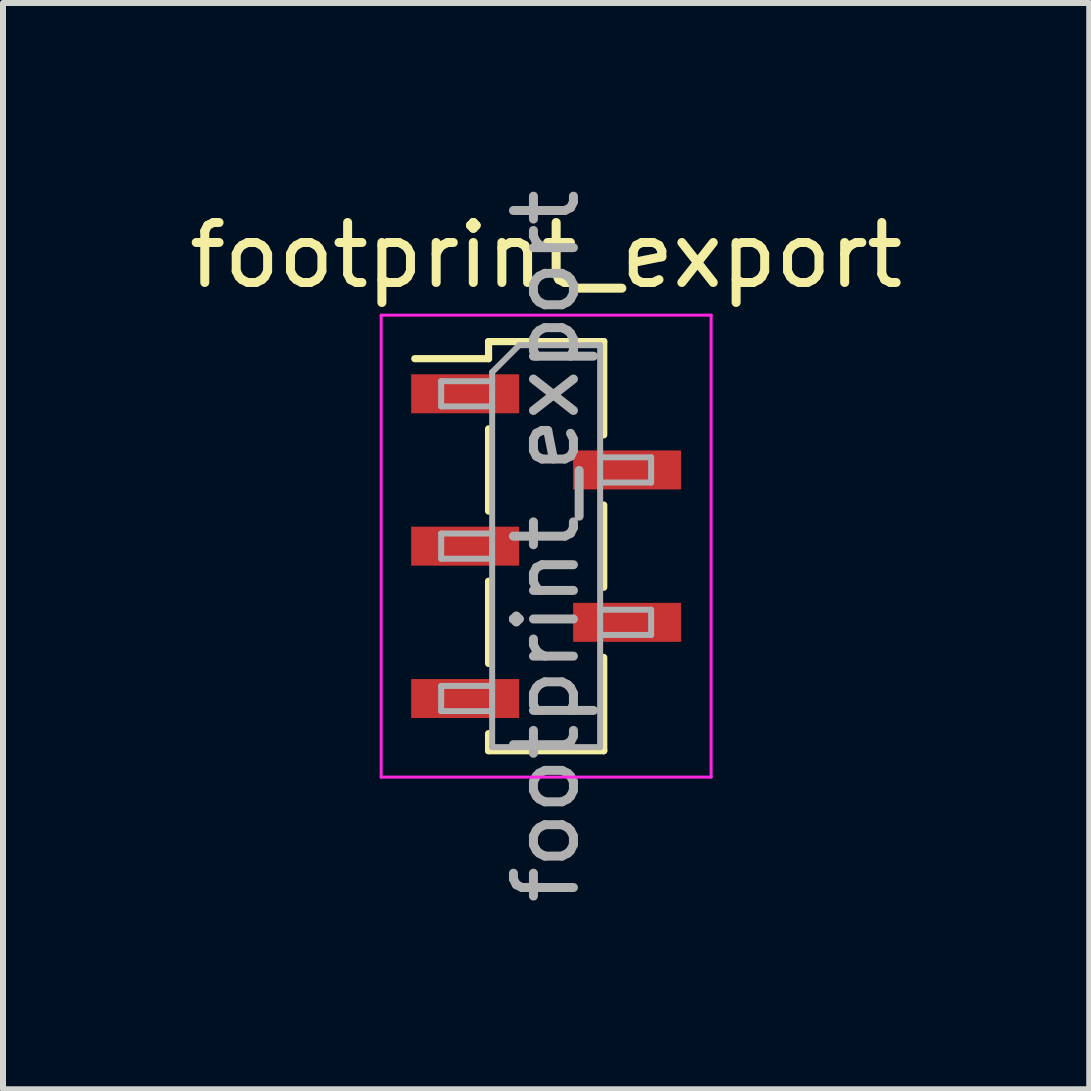
<source format=kicad_pcb>
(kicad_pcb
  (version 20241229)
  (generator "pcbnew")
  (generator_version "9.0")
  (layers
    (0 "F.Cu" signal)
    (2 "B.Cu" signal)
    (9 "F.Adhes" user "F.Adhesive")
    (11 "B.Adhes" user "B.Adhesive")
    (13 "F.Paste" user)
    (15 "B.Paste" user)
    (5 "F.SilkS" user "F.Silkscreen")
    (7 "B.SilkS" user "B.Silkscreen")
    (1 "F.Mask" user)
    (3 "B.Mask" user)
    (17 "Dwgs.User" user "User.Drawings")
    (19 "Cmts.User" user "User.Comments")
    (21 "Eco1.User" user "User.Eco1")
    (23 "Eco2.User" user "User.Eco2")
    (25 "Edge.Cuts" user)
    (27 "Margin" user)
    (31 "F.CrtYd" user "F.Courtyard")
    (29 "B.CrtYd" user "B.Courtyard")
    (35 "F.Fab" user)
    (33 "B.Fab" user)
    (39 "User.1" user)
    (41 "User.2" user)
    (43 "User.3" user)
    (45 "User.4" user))
  (footprint "footprint_export"
    (layer "F.Cu")
    (at 6.054 6.054)
    (property "Reference" "footprint_export" (at 0 -4.85 0) (layer "F.SilkS") (effects (font (size 1 1) (thickness 0.15))))
    (attr smd)
    (fp_line (start -2.19 -3.125) (end -0.96 -3.125) (stroke (width 0.12) (type solid)) (layer "F.SilkS"))
    (fp_line (start -0.96 -3.41) (end -0.96 -3.125) (stroke (width 0.12) (type solid)) (layer "F.SilkS"))
    (fp_line (start -0.96 -3.41) (end 0.96 -3.41) (stroke (width 0.12) (type solid)) (layer "F.SilkS"))
    (fp_line (start -0.96 -1.955) (end -0.96 -0.585) (stroke (width 0.12) (type solid)) (layer "F.SilkS"))
    (fp_line (start -0.96 0.585) (end -0.96 1.955) (stroke (width 0.12) (type solid)) (layer "F.SilkS"))
    (fp_line (start -0.96 3.125) (end -0.96 3.41) (stroke (width 0.12) (type solid)) (layer "F.SilkS"))
    (fp_line (start -0.96 3.41) (end 0.96 3.41) (stroke (width 0.12) (type solid)) (layer "F.SilkS"))
    (fp_line (start 0.96 -3.41) (end 0.96 -1.855) (stroke (width 0.12) (type solid)) (layer "F.SilkS"))
    (fp_line (start 0.96 -0.685) (end 0.96 0.685) (stroke (width 0.12) (type solid)) (layer "F.SilkS"))
    (fp_line (start 0.96 1.855) (end 0.96 3.41) (stroke (width 0.12) (type solid)) (layer "F.SilkS"))
    (fp_line (start -2.75 -3.85) (end 2.75 -3.85) (stroke (width 0.05) (type solid)) (layer "F.CrtYd"))
    (fp_line (start -2.75 3.85) (end -2.75 -3.85) (stroke (width 0.05) (type solid)) (layer "F.CrtYd"))
    (fp_line (start 2.75 -3.85) (end 2.75 3.85) (stroke (width 0.05) (type solid)) (layer "F.CrtYd"))
    (fp_line (start 2.75 3.85) (end -2.75 3.85) (stroke (width 0.05) (type solid)) (layer "F.CrtYd"))
    (fp_line (start -1.75 -2.75) (end -0.9 -2.75) (stroke (width 0.1) (type solid)) (layer "F.Fab"))
    (fp_line (start -1.75 -2.33) (end -1.75 -2.75) (stroke (width 0.1) (type solid)) (layer "F.Fab"))
    (fp_line (start -1.75 -0.21) (end -0.9 -0.21) (stroke (width 0.1) (type solid)) (layer "F.Fab"))
    (fp_line (start -1.75 0.21) (end -1.75 -0.21) (stroke (width 0.1) (type solid)) (layer "F.Fab"))
    (fp_line (start -1.75 2.33) (end -0.9 2.33) (stroke (width 0.1) (type solid)) (layer "F.Fab"))
    (fp_line (start -1.75 2.75) (end -1.75 2.33) (stroke (width 0.1) (type solid)) (layer "F.Fab"))
    (fp_line (start -0.9 -2.9) (end -0.45 -3.35) (stroke (width 0.1) (type solid)) (layer "F.Fab"))
    (fp_line (start -0.9 -2.33) (end -1.75 -2.33) (stroke (width 0.1) (type solid)) (layer "F.Fab"))
    (fp_line (start -0.9 0.21) (end -1.75 0.21) (stroke (width 0.1) (type solid)) (layer "F.Fab"))
    (fp_line (start -0.9 2.75) (end -1.75 2.75) (stroke (width 0.1) (type solid)) (layer "F.Fab"))
    (fp_line (start -0.9 3.35) (end -0.9 -2.9) (stroke (width 0.1) (type solid)) (layer "F.Fab"))
    (fp_line (start -0.45 -3.35) (end 0.9 -3.35) (stroke (width 0.1) (type solid)) (layer "F.Fab"))
    (fp_line (start 0.9 -3.35) (end 0.9 3.35) (stroke (width 0.1) (type solid)) (layer "F.Fab"))
    (fp_line (start 0.9 -1.48) (end 1.75 -1.48) (stroke (width 0.1) (type solid)) (layer "F.Fab"))
    (fp_line (start 0.9 1.06) (end 1.75 1.06) (stroke (width 0.1) (type solid)) (layer "F.Fab"))
    (fp_line (start 0.9 3.35) (end -0.9 3.35) (stroke (width 0.1) (type solid)) (layer "F.Fab"))
    (fp_line (start 1.75 -1.48) (end 1.75 -1.06) (stroke (width 0.1) (type solid)) (layer "F.Fab"))
    (fp_line (start 1.75 -1.06) (end 0.9 -1.06) (stroke (width 0.1) (type solid)) (layer "F.Fab"))
    (fp_line (start 1.75 1.06) (end 1.75 1.48) (stroke (width 0.1) (type solid)) (layer "F.Fab"))
    (fp_line (start 1.75 1.48) (end 0.9 1.48) (stroke (width 0.1) (type solid)) (layer "F.Fab"))
    (fp_text user "${REFERENCE}" (at 0 0 90) (layer "F.Fab") (effects (font (size 1 1) (thickness 0.15))))
    (pad "1" smd rect (at -1.35 -2.54) (size 1.8 0.65) (layers "F.Cu" "F.Mask" "F.Paste"))
    (pad "2" smd rect (at 1.35 -1.27) (size 1.8 0.65) (layers "F.Cu" "F.Mask" "F.Paste"))
    (pad "3" smd rect (at -1.35 0) (size 1.8 0.65) (layers "F.Cu" "F.Mask" "F.Paste"))
    (pad "4" smd rect (at 1.35 1.27) (size 1.8 0.65) (layers "F.Cu" "F.Mask" "F.Paste"))
    (pad "5" smd rect (at -1.35 2.54) (size 1.8 0.65) (layers "F.Cu" "F.Mask" "F.Paste")))
  (gr_rect
    (start -3 -3)
    (end 15.107 15.107)
    (stroke (width 0.1) (type default))
    (fill no)
    (layer "Edge.Cuts")))
</source>
